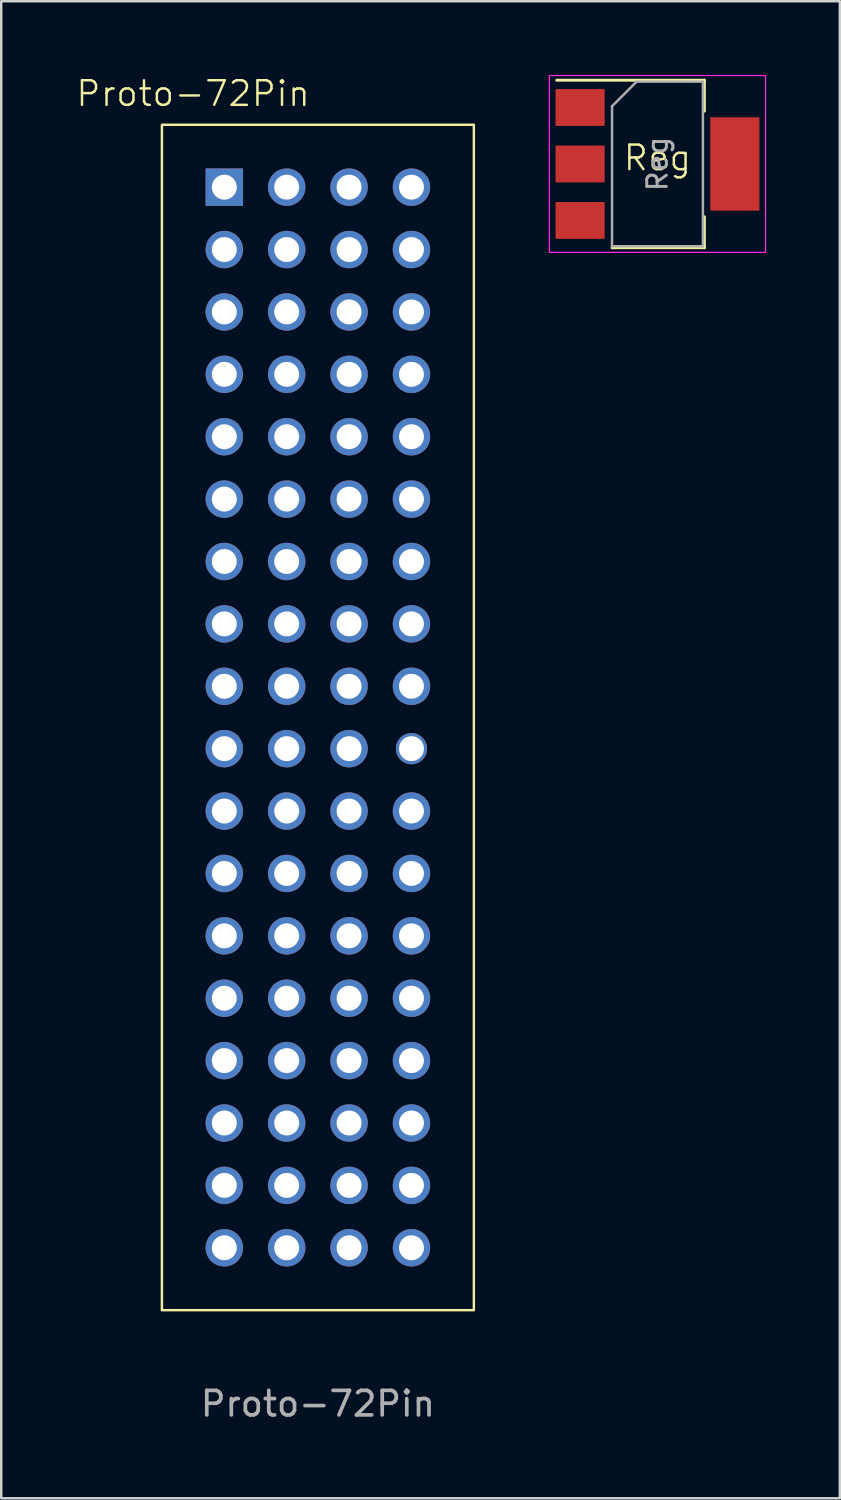
<source format=kicad_pcb>
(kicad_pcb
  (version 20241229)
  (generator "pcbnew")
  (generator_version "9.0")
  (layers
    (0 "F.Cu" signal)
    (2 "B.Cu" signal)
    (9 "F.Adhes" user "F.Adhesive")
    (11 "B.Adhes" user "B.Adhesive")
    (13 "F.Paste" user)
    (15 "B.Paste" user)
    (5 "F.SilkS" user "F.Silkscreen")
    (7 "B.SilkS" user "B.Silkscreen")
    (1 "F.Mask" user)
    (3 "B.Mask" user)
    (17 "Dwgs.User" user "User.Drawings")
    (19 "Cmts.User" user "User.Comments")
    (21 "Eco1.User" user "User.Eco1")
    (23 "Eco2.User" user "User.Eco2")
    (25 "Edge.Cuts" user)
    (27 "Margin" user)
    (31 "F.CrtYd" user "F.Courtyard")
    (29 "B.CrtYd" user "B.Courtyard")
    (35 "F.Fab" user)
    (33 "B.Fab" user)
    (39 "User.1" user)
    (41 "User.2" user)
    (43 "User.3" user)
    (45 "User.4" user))
  (footprint "Reg"
    (layer "F.Cu")
    (at 23.717 3.879)
    (property "Reference" "Reg" (at 0 -0.5 0) (unlocked yes) (layer "F.SilkS") (effects (font (size 1 1) (thickness 0.1))))
    (attr smd)
    (fp_line (start -4.1 -3.664) (end 1.91 -3.664) (stroke (width 0.12) (type solid)) (layer "F.SilkS"))
    (fp_line (start -1.85 3.156) (end 1.91 3.156) (stroke (width 0.12) (type solid)) (layer "F.SilkS"))
    (fp_line (start 1.91 -3.664) (end 1.91 -2.404) (stroke (width 0.12) (type solid)) (layer "F.SilkS"))
    (fp_line (start 1.91 3.156) (end 1.91 1.896) (stroke (width 0.12) (type solid)) (layer "F.SilkS"))
    (fp_line (start -4.4 -3.854) (end -4.4 3.346) (stroke (width 0.05) (type solid)) (layer "F.CrtYd"))
    (fp_line (start -4.4 3.346) (end 4.4 3.346) (stroke (width 0.05) (type solid)) (layer "F.CrtYd"))
    (fp_line (start 4.4 -3.854) (end -4.4 -3.854) (stroke (width 0.05) (type solid)) (layer "F.CrtYd"))
    (fp_line (start 4.4 3.346) (end 4.4 -3.854) (stroke (width 0.05) (type solid)) (layer "F.CrtYd"))
    (fp_line (start -1.85 -2.604) (end -1.85 3.096) (stroke (width 0.1) (type solid)) (layer "F.Fab"))
    (fp_line (start -1.85 -2.604) (end -0.85 -3.604) (stroke (width 0.1) (type solid)) (layer "F.Fab"))
    (fp_line (start -1.85 3.096) (end 1.85 3.096) (stroke (width 0.1) (type solid)) (layer "F.Fab"))
    (fp_line (start -0.85 -3.604) (end 1.85 -3.604) (stroke (width 0.1) (type solid)) (layer "F.Fab"))
    (fp_line (start 1.85 -3.604) (end 1.85 3.096) (stroke (width 0.1) (type solid)) (layer "F.Fab"))
    (fp_text user "${REFERENCE}" (at 0 -0.254 90) (layer "F.Fab") (effects (font (size 0.8 0.8) (thickness 0.12))))
    (pad "" smd rect (at 3.15 -0.254) (size 2 3.8) (layers "F.Cu" "F.Mask" "F.Paste"))
    (pad "1" smd rect (at -3.15 -2.554) (size 2 1.5) (layers "F.Cu" "F.Mask" "F.Paste"))
    (pad "2" smd rect (at -3.15 -0.254) (size 2 1.5) (layers "F.Cu" "F.Mask" "F.Paste"))
    (pad "3" smd rect (at -3.15 2.046) (size 2 1.5) (layers "F.Cu" "F.Mask" "F.Paste")))
  (footprint "Proto-72Pin"
    (layer "F.Cu")
    (at 9.892 26.16)
    (property "Reference" "Proto-72Pin" (at -5.08 -25.4 0) (unlocked yes) (layer "F.SilkS") (effects (font (size 1 1) (thickness 0.1))))
    (attr through_hole)
    (fp_rect (start -6.35 -24.13) (end 6.35 24.13) (stroke (width 0.1) (type default)) (fill no) (layer "F.SilkS"))
    (fp_text user "${REFERENCE}" (at 0 27.94 0) (unlocked yes) (layer "F.Fab") (effects (font (size 1 1) (thickness 0.15))))
    (pad "1" thru_hole rect (at -3.81 -21.59) (size 1.524 1.524) (drill 1.016) (layers "*.Cu" "*.Mask"))
    (pad "2" thru_hole circle (at -1.27 -21.59) (size 1.524 1.524) (drill 1.016) (layers "*.Cu" "*.Mask"))
    (pad "3" thru_hole circle (at 1.27 -21.59) (size 1.524 1.524) (drill 1.016) (layers "*.Cu" "*.Mask"))
    (pad "4" thru_hole circle (at 3.81 -21.59) (size 1.524 1.524) (drill 1.016) (layers "*.Cu" "*.Mask"))
    (pad "5" thru_hole circle (at -3.81 -19.05) (size 1.524 1.524) (drill 1.016) (layers "*.Cu" "*.Mask"))
    (pad "6" thru_hole circle (at -1.27 -19.05) (size 1.524 1.524) (drill 1.016) (layers "*.Cu" "*.Mask"))
    (pad "7" thru_hole circle (at 1.27 -19.05) (size 1.524 1.524) (drill 1.016) (layers "*.Cu" "*.Mask"))
    (pad "8" thru_hole circle (at 3.81 -19.05) (size 1.524 1.524) (drill 1.016) (layers "*.Cu" "*.Mask"))
    (pad "9" thru_hole circle (at -3.81 -16.51) (size 1.524 1.524) (drill 1.016) (layers "*.Cu" "*.Mask"))
    (pad "10" thru_hole circle (at -1.27 -16.51) (size 1.524 1.524) (drill 1.016) (layers "*.Cu" "*.Mask"))
    (pad "11" thru_hole circle (at 1.27 -16.51) (size 1.524 1.524) (drill 1.016) (layers "*.Cu" "*.Mask"))
    (pad "12" thru_hole circle (at 3.81 -16.51) (size 1.524 1.524) (drill 1.016) (layers "*.Cu" "*.Mask"))
    (pad "13" thru_hole circle (at -3.81 -13.97) (size 1.524 1.524) (drill 1.016) (layers "*.Cu" "*.Mask"))
    (pad "14" thru_hole circle (at -1.27 -13.97) (size 1.524 1.524) (drill 1.016) (layers "*.Cu" "*.Mask"))
    (pad "15" thru_hole circle (at 1.27 -13.97) (size 1.524 1.524) (drill 1.016) (layers "*.Cu" "*.Mask"))
    (pad "16" thru_hole circle (at 3.81 -13.97) (size 1.524 1.524) (drill 1.016) (layers "*.Cu" "*.Mask"))
    (pad "17" thru_hole circle (at -3.81 -11.43) (size 1.524 1.524) (drill 1.016) (layers "*.Cu" "*.Mask"))
    (pad "18" thru_hole circle (at -1.27 -11.43) (size 1.524 1.524) (drill 1.016) (layers "*.Cu" "*.Mask"))
    (pad "19" thru_hole circle (at 1.27 -11.43) (size 1.524 1.524) (drill 1.016) (layers "*.Cu" "*.Mask"))
    (pad "20" thru_hole circle (at 3.81 -11.43) (size 1.524 1.524) (drill 1.016) (layers "*.Cu" "*.Mask"))
    (pad "21" thru_hole circle (at -3.81 -8.89) (size 1.524 1.524) (drill 1.016) (layers "*.Cu" "*.Mask"))
    (pad "22" thru_hole circle (at -1.27 -8.89) (size 1.524 1.524) (drill 1.016) (layers "*.Cu" "*.Mask"))
    (pad "23" thru_hole circle (at 1.27 -8.89) (size 1.524 1.524) (drill 1.016) (layers "*.Cu" "*.Mask"))
    (pad "24" thru_hole circle (at 3.81 -8.89) (size 1.524 1.524) (drill 1.016) (layers "*.Cu" "*.Mask"))
    (pad "25" thru_hole circle (at -3.81 -6.35) (size 1.524 1.524) (drill 1.016) (layers "*.Cu" "*.Mask"))
    (pad "26" thru_hole circle (at -1.27 -6.35) (size 1.524 1.524) (drill 1.016) (layers "*.Cu" "*.Mask"))
    (pad "27" thru_hole circle (at 1.27 -6.35) (size 1.524 1.524) (drill 1.016) (layers "*.Cu" "*.Mask"))
    (pad "28" thru_hole circle (at 3.81 -6.35) (size 1.524 1.524) (drill 1.016) (layers "*.Cu" "*.Mask"))
    (pad "29" thru_hole circle (at -3.81 -3.81) (size 1.524 1.524) (drill 1.016) (layers "*.Cu" "*.Mask"))
    (pad "30" thru_hole circle (at -1.27 -3.81) (size 1.524 1.524) (drill 1.016) (layers "*.Cu" "*.Mask"))
    (pad "31" thru_hole circle (at 1.27 -3.81) (size 1.524 1.524) (drill 1.016) (layers "*.Cu" "*.Mask"))
    (pad "32" thru_hole circle (at 3.81 -3.81) (size 1.524 1.524) (drill 1.016) (layers "*.Cu" "*.Mask"))
    (pad "33" thru_hole circle (at -3.81 -1.27) (size 1.524 1.524) (drill 1.016) (layers "*.Cu" "*.Mask"))
    (pad "34" thru_hole circle (at -1.27 -1.27) (size 1.524 1.524) (drill 1.016) (layers "*.Cu" "*.Mask"))
    (pad "35" thru_hole circle (at 1.27 -1.27) (size 1.524 1.524) (drill 1.016) (layers "*.Cu" "*.Mask"))
    (pad "36" thru_hole circle (at 3.81 -1.27) (size 1.524 1.524) (drill 1.016) (layers "*.Cu" "*.Mask"))
    (pad "37" thru_hole circle (at -3.81 1.27) (size 1.524 1.524) (drill 1.016) (layers "*.Cu" "*.Mask"))
    (pad "38" thru_hole circle (at -1.27 1.27) (size 1.524 1.524) (drill 1.016) (layers "*.Cu" "*.Mask"))
    (pad "39" thru_hole circle (at 1.27 1.27) (size 1.524 1.524) (drill 1.016) (layers "*.Cu" "*.Mask"))
    (pad "40" thru_hole circle (at 3.81 1.27) (size 1.27 1.27) (drill 1.016) (layers "*.Cu" "*.Mask"))
    (pad "41" thru_hole circle (at -3.81 3.81) (size 1.524 1.524) (drill 1.016) (layers "*.Cu" "*.Mask"))
    (pad "42" thru_hole circle (at -1.27 3.81) (size 1.524 1.524) (drill 1.016) (layers "*.Cu" "*.Mask"))
    (pad "43" thru_hole circle (at 1.27 3.81) (size 1.524 1.524) (drill 1.016) (layers "*.Cu" "*.Mask"))
    (pad "44" thru_hole circle (at 3.81 3.81) (size 1.524 1.524) (drill 1.016) (layers "*.Cu" "*.Mask"))
    (pad "45" thru_hole circle (at -3.81 6.35) (size 1.524 1.524) (drill 1.016) (layers "*.Cu" "*.Mask"))
    (pad "46" thru_hole circle (at -1.27 6.35) (size 1.524 1.524) (drill 1.016) (layers "*.Cu" "*.Mask"))
    (pad "47" thru_hole circle (at 1.27 6.35) (size 1.524 1.524) (drill 1.016) (layers "*.Cu" "*.Mask"))
    (pad "48" thru_hole circle (at 3.81 6.35) (size 1.524 1.524) (drill 1.016) (layers "*.Cu" "*.Mask"))
    (pad "49" thru_hole circle (at -3.81 8.89) (size 1.524 1.524) (drill 1.016) (layers "*.Cu" "*.Mask"))
    (pad "50" thru_hole circle (at -1.27 8.89) (size 1.524 1.524) (drill 1.016) (layers "*.Cu" "*.Mask"))
    (pad "51" thru_hole circle (at 1.27 8.89) (size 1.524 1.524) (drill 1.016) (layers "*.Cu" "*.Mask"))
    (pad "52" thru_hole circle (at 3.81 8.89) (size 1.524 1.524) (drill 1.016) (layers "*.Cu" "*.Mask"))
    (pad "53" thru_hole circle (at -3.81 11.43) (size 1.524 1.524) (drill 1.016) (layers "*.Cu" "*.Mask"))
    (pad "54" thru_hole circle (at -1.27 11.43) (size 1.524 1.524) (drill 1.016) (layers "*.Cu" "*.Mask"))
    (pad "55" thru_hole circle (at 1.27 11.43) (size 1.524 1.524) (drill 1.016) (layers "*.Cu" "*.Mask"))
    (pad "56" thru_hole circle (at 3.81 11.43) (size 1.524 1.524) (drill 1.016) (layers "*.Cu" "*.Mask"))
    (pad "57" thru_hole circle (at -3.81 13.97) (size 1.524 1.524) (drill 1.016) (layers "*.Cu" "*.Mask"))
    (pad "58" thru_hole circle (at -1.27 13.97) (size 1.524 1.524) (drill 1.016) (layers "*.Cu" "*.Mask"))
    (pad "59" thru_hole circle (at 1.27 13.97) (size 1.524 1.524) (drill 1.016) (layers "*.Cu" "*.Mask"))
    (pad "60" thru_hole circle (at 3.81 13.97) (size 1.524 1.524) (drill 1.016) (layers "*.Cu" "*.Mask"))
    (pad "61" thru_hole circle (at -3.81 16.51) (size 1.524 1.524) (drill 1.016) (layers "*.Cu" "*.Mask"))
    (pad "62" thru_hole circle (at -1.27 16.51) (size 1.524 1.524) (drill 1.016) (layers "*.Cu" "*.Mask"))
    (pad "63" thru_hole circle (at 1.27 16.51) (size 1.524 1.524) (drill 1.016) (layers "*.Cu" "*.Mask"))
    (pad "64" thru_hole circle (at 3.81 16.51) (size 1.524 1.524) (drill 1.016) (layers "*.Cu" "*.Mask"))
    (pad "65" thru_hole circle (at -3.81 19.05) (size 1.524 1.524) (drill 1.016) (layers "*.Cu" "*.Mask"))
    (pad "66" thru_hole circle (at -1.27 19.05) (size 1.524 1.524) (drill 1.016) (layers "*.Cu" "*.Mask"))
    (pad "67" thru_hole circle (at 1.27 19.05) (size 1.524 1.524) (drill 1.016) (layers "*.Cu" "*.Mask"))
    (pad "68" thru_hole circle (at 3.81 19.05) (size 1.524 1.524) (drill 1.016) (layers "*.Cu" "*.Mask"))
    (pad "69" thru_hole circle (at -3.81 21.59) (size 1.524 1.524) (drill 1.016) (layers "*.Cu" "*.Mask"))
    (pad "70" thru_hole circle (at -1.27 21.59) (size 1.524 1.524) (drill 1.016) (layers "*.Cu" "*.Mask"))
    (pad "71" thru_hole circle (at 1.27 21.59) (size 1.524 1.524) (drill 1.016) (layers "*.Cu" "*.Mask"))
    (pad "72" thru_hole circle (at 3.81 21.59) (size 1.524 1.524) (drill 1.016) (layers "*.Cu" "*.Mask")))
  (gr_rect
    (start -3 -3)
    (end 31.142 57.949)
    (stroke (width 0.1) (type default))
    (fill no)
    (layer "Edge.Cuts")))
</source>
